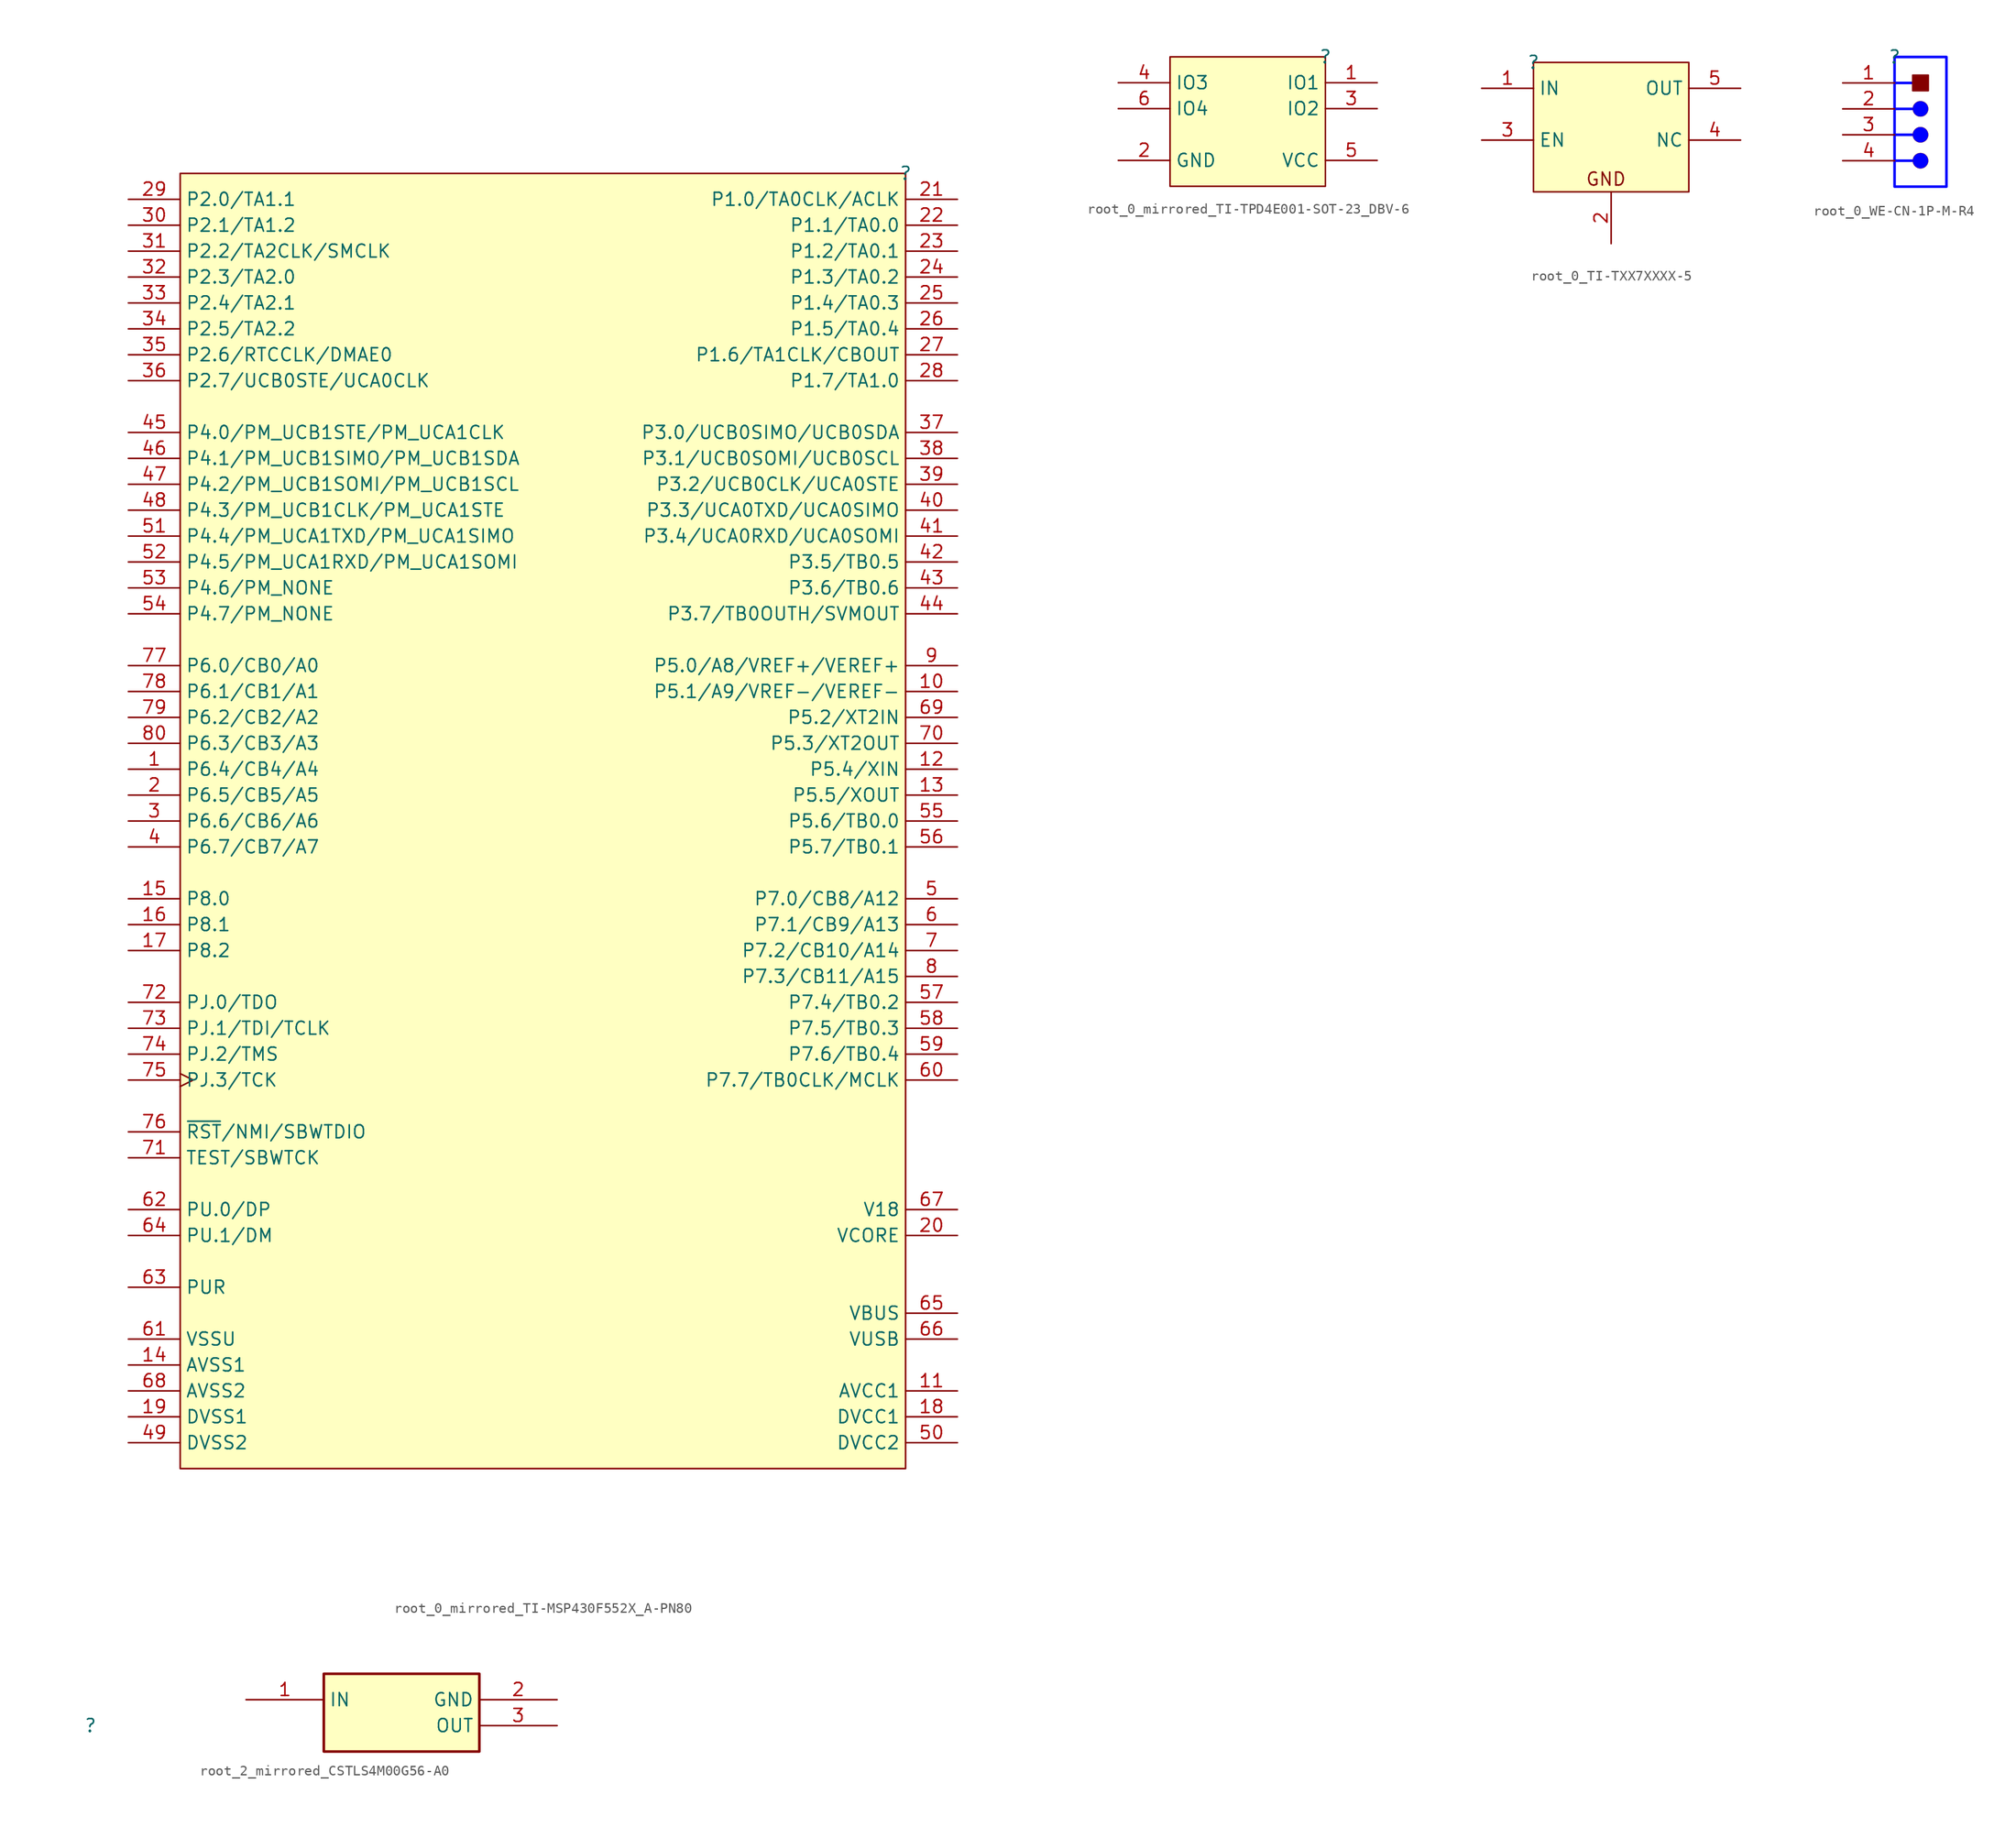
<source format=kicad_sym>
(kicad_symbol_lib
  (version 20220914)
  (generator kicad_symbol_editor)
  (symbol "root_0_mirrored_TI-MSP430F552X_A-PN80"
    (property "Reference" ""
      (at 0 0 0)
      (effects (font (size 1.27 1.27))))
    (property "Value" ""
      (at 0 0 0)
      (effects (font (size 1.27 1.27))))
    (symbol "root_0_mirrored_TI-MSP430F552X_A-PN80_1_0"
      (rectangle (start 0 0) (end -71.12 -127) (stroke (width 0) (type solid)) (fill (type background)))
      (pin bidirectional line (at -76.2 -58.42 0) (length 5.08) (name "P6.4/CB4/A4" (effects (font (size 1.27 1.27)))) (number "1" (effects (font (size 1.27 1.27)))))
      (pin bidirectional line (at 5.08 -50.8 180) (length 5.08) (name "P5.1/A9/VREF-/VEREF-" (effects (font (size 1.27 1.27)))) (number "10" (effects (font (size 1.27 1.27)))))
      (pin power_in line (at 5.08 -119.38 180) (length 5.08) (name "AVCC1" (effects (font (size 1.27 1.27)))) (number "11" (effects (font (size 1.27 1.27)))))
      (pin bidirectional line (at 5.08 -58.42 180) (length 5.08) (name "P5.4/XIN" (effects (font (size 1.27 1.27)))) (number "12" (effects (font (size 1.27 1.27)))))
      (pin bidirectional line (at 5.08 -60.96 180) (length 5.08) (name "P5.5/XOUT" (effects (font (size 1.27 1.27)))) (number "13" (effects (font (size 1.27 1.27)))))
      (pin power_in line (at -76.2 -116.84 0) (length 5.08) (name "AVSS1" (effects (font (size 1.27 1.27)))) (number "14" (effects (font (size 1.27 1.27)))))
      (pin bidirectional line (at -76.2 -71.12 0) (length 5.08) (name "P8.0" (effects (font (size 1.27 1.27)))) (number "15" (effects (font (size 1.27 1.27)))))
      (pin bidirectional line (at -76.2 -73.66 0) (length 5.08) (name "P8.1" (effects (font (size 1.27 1.27)))) (number "16" (effects (font (size 1.27 1.27)))))
      (pin bidirectional line (at -76.2 -76.2 0) (length 5.08) (name "P8.2" (effects (font (size 1.27 1.27)))) (number "17" (effects (font (size 1.27 1.27)))))
      (pin power_in line (at 5.08 -121.92 180) (length 5.08) (name "DVCC1" (effects (font (size 1.27 1.27)))) (number "18" (effects (font (size 1.27 1.27)))))
      (pin power_in line (at -76.2 -121.92 0) (length 5.08) (name "DVSS1" (effects (font (size 1.27 1.27)))) (number "19" (effects (font (size 1.27 1.27)))))
      (pin bidirectional line (at -76.2 -60.96 0) (length 5.08) (name "P6.5/CB5/A5" (effects (font (size 1.27 1.27)))) (number "2" (effects (font (size 1.27 1.27)))))
      (pin passive line (at 5.08 -104.14 180) (length 5.08) (name "VCORE" (effects (font (size 1.27 1.27)))) (number "20" (effects (font (size 1.27 1.27)))))
      (pin bidirectional line (at 5.08 -2.54 180) (length 5.08) (name "P1.0/TA0CLK/ACLK" (effects (font (size 1.27 1.27)))) (number "21" (effects (font (size 1.27 1.27)))))
      (pin bidirectional line (at 5.08 -5.08 180) (length 5.08) (name "P1.1/TA0.0" (effects (font (size 1.27 1.27)))) (number "22" (effects (font (size 1.27 1.27)))))
      (pin bidirectional line (at 5.08 -7.62 180) (length 5.08) (name "P1.2/TA0.1" (effects (font (size 1.27 1.27)))) (number "23" (effects (font (size 1.27 1.27)))))
      (pin bidirectional line (at 5.08 -10.16 180) (length 5.08) (name "P1.3/TA0.2" (effects (font (size 1.27 1.27)))) (number "24" (effects (font (size 1.27 1.27)))))
      (pin bidirectional line (at 5.08 -12.7 180) (length 5.08) (name "P1.4/TA0.3" (effects (font (size 1.27 1.27)))) (number "25" (effects (font (size 1.27 1.27)))))
      (pin bidirectional line (at 5.08 -15.24 180) (length 5.08) (name "P1.5/TA0.4" (effects (font (size 1.27 1.27)))) (number "26" (effects (font (size 1.27 1.27)))))
      (pin bidirectional line (at 5.08 -17.78 180) (length 5.08) (name "P1.6/TA1CLK/CBOUT" (effects (font (size 1.27 1.27)))) (number "27" (effects (font (size 1.27 1.27)))))
      (pin bidirectional line (at 5.08 -20.32 180) (length 5.08) (name "P1.7/TA1.0" (effects (font (size 1.27 1.27)))) (number "28" (effects (font (size 1.27 1.27)))))
      (pin bidirectional line (at -76.2 -2.54 0) (length 5.08) (name "P2.0/TA1.1" (effects (font (size 1.27 1.27)))) (number "29" (effects (font (size 1.27 1.27)))))
      (pin bidirectional line (at -76.2 -63.5 0) (length 5.08) (name "P6.6/CB6/A6" (effects (font (size 1.27 1.27)))) (number "3" (effects (font (size 1.27 1.27)))))
      (pin bidirectional line (at -76.2 -5.08 0) (length 5.08) (name "P2.1/TA1.2" (effects (font (size 1.27 1.27)))) (number "30" (effects (font (size 1.27 1.27)))))
      (pin bidirectional line (at -76.2 -7.62 0) (length 5.08) (name "P2.2/TA2CLK/SMCLK" (effects (font (size 1.27 1.27)))) (number "31" (effects (font (size 1.27 1.27)))))
      (pin bidirectional line (at -76.2 -10.16 0) (length 5.08) (name "P2.3/TA2.0" (effects (font (size 1.27 1.27)))) (number "32" (effects (font (size 1.27 1.27)))))
      (pin bidirectional line (at -76.2 -12.7 0) (length 5.08) (name "P2.4/TA2.1" (effects (font (size 1.27 1.27)))) (number "33" (effects (font (size 1.27 1.27)))))
      (pin bidirectional line (at -76.2 -15.24 0) (length 5.08) (name "P2.5/TA2.2" (effects (font (size 1.27 1.27)))) (number "34" (effects (font (size 1.27 1.27)))))
      (pin bidirectional line (at -76.2 -17.78 0) (length 5.08) (name "P2.6/RTCCLK/DMAE0" (effects (font (size 1.27 1.27)))) (number "35" (effects (font (size 1.27 1.27)))))
      (pin bidirectional line (at -76.2 -20.32 0) (length 5.08) (name "P2.7/UCB0STE/UCA0CLK" (effects (font (size 1.27 1.27)))) (number "36" (effects (font (size 1.27 1.27)))))
      (pin bidirectional line (at 5.08 -25.4 180) (length 5.08) (name "P3.0/UCB0SIMO/UCB0SDA" (effects (font (size 1.27 1.27)))) (number "37" (effects (font (size 1.27 1.27)))))
      (pin bidirectional line (at 5.08 -27.94 180) (length 5.08) (name "P3.1/UCB0SOMI/UCB0SCL" (effects (font (size 1.27 1.27)))) (number "38" (effects (font (size 1.27 1.27)))))
      (pin bidirectional line (at 5.08 -30.48 180) (length 5.08) (name "P3.2/UCB0CLK/UCA0STE" (effects (font (size 1.27 1.27)))) (number "39" (effects (font (size 1.27 1.27)))))
      (pin bidirectional line (at -76.2 -66.04 0) (length 5.08) (name "P6.7/CB7/A7" (effects (font (size 1.27 1.27)))) (number "4" (effects (font (size 1.27 1.27)))))
      (pin bidirectional line (at 5.08 -33.02 180) (length 5.08) (name "P3.3/UCA0TXD/UCA0SIMO" (effects (font (size 1.27 1.27)))) (number "40" (effects (font (size 1.27 1.27)))))
      (pin bidirectional line (at 5.08 -35.56 180) (length 5.08) (name "P3.4/UCA0RXD/UCA0SOMI" (effects (font (size 1.27 1.27)))) (number "41" (effects (font (size 1.27 1.27)))))
      (pin bidirectional line (at 5.08 -38.1 180) (length 5.08) (name "P3.5/TB0.5" (effects (font (size 1.27 1.27)))) (number "42" (effects (font (size 1.27 1.27)))))
      (pin bidirectional line (at 5.08 -40.64 180) (length 5.08) (name "P3.6/TB0.6" (effects (font (size 1.27 1.27)))) (number "43" (effects (font (size 1.27 1.27)))))
      (pin bidirectional line (at 5.08 -43.18 180) (length 5.08) (name "P3.7/TB0OUTH/SVMOUT" (effects (font (size 1.27 1.27)))) (number "44" (effects (font (size 1.27 1.27)))))
      (pin bidirectional line (at -76.2 -25.4 0) (length 5.08) (name "P4.0/PM_UCB1STE/PM_UCA1CLK" (effects (font (size 1.27 1.27)))) (number "45" (effects (font (size 1.27 1.27)))))
      (pin bidirectional line (at -76.2 -27.94 0) (length 5.08) (name "P4.1/PM_UCB1SIMO/PM_UCB1SDA" (effects (font (size 1.27 1.27)))) (number "46" (effects (font (size 1.27 1.27)))))
      (pin bidirectional line (at -76.2 -30.48 0) (length 5.08) (name "P4.2/PM_UCB1SOMI/PM_UCB1SCL" (effects (font (size 1.27 1.27)))) (number "47" (effects (font (size 1.27 1.27)))))
      (pin bidirectional line (at -76.2 -33.02 0) (length 5.08) (name "P4.3/PM_UCB1CLK/PM_UCA1STE" (effects (font (size 1.27 1.27)))) (number "48" (effects (font (size 1.27 1.27)))))
      (pin power_in line (at -76.2 -124.46 0) (length 5.08) (name "DVSS2" (effects (font (size 1.27 1.27)))) (number "49" (effects (font (size 1.27 1.27)))))
      (pin bidirectional line (at 5.08 -71.12 180) (length 5.08) (name "P7.0/CB8/A12" (effects (font (size 1.27 1.27)))) (number "5" (effects (font (size 1.27 1.27)))))
      (pin power_in line (at 5.08 -124.46 180) (length 5.08) (name "DVCC2" (effects (font (size 1.27 1.27)))) (number "50" (effects (font (size 1.27 1.27)))))
      (pin bidirectional line (at -76.2 -35.56 0) (length 5.08) (name "P4.4/PM_UCA1TXD/PM_UCA1SIMO" (effects (font (size 1.27 1.27)))) (number "51" (effects (font (size 1.27 1.27)))))
      (pin bidirectional line (at -76.2 -38.1 0) (length 5.08) (name "P4.5/PM_UCA1RXD/PM_UCA1SOMI" (effects (font (size 1.27 1.27)))) (number "52" (effects (font (size 1.27 1.27)))))
      (pin bidirectional line (at -76.2 -40.64 0) (length 5.08) (name "P4.6/PM_NONE" (effects (font (size 1.27 1.27)))) (number "53" (effects (font (size 1.27 1.27)))))
      (pin bidirectional line (at -76.2 -43.18 0) (length 5.08) (name "P4.7/PM_NONE" (effects (font (size 1.27 1.27)))) (number "54" (effects (font (size 1.27 1.27)))))
      (pin bidirectional line (at 5.08 -63.5 180) (length 5.08) (name "P5.6/TB0.0" (effects (font (size 1.27 1.27)))) (number "55" (effects (font (size 1.27 1.27)))))
      (pin bidirectional line (at 5.08 -66.04 180) (length 5.08) (name "P5.7/TB0.1" (effects (font (size 1.27 1.27)))) (number "56" (effects (font (size 1.27 1.27)))))
      (pin bidirectional line (at 5.08 -81.28 180) (length 5.08) (name "P7.4/TB0.2" (effects (font (size 1.27 1.27)))) (number "57" (effects (font (size 1.27 1.27)))))
      (pin bidirectional line (at 5.08 -83.82 180) (length 5.08) (name "P7.5/TB0.3" (effects (font (size 1.27 1.27)))) (number "58" (effects (font (size 1.27 1.27)))))
      (pin bidirectional line (at 5.08 -86.36 180) (length 5.08) (name "P7.6/TB0.4" (effects (font (size 1.27 1.27)))) (number "59" (effects (font (size 1.27 1.27)))))
      (pin bidirectional line (at 5.08 -73.66 180) (length 5.08) (name "P7.1/CB9/A13" (effects (font (size 1.27 1.27)))) (number "6" (effects (font (size 1.27 1.27)))))
      (pin bidirectional line (at 5.08 -88.9 180) (length 5.08) (name "P7.7/TB0CLK/MCLK" (effects (font (size 1.27 1.27)))) (number "60" (effects (font (size 1.27 1.27)))))
      (pin power_in line (at -76.2 -114.3 0) (length 5.08) (name "VSSU" (effects (font (size 1.27 1.27)))) (number "61" (effects (font (size 1.27 1.27)))))
      (pin bidirectional line (at -76.2 -101.6 0) (length 5.08) (name "PU.0/DP" (effects (font (size 1.27 1.27)))) (number "62" (effects (font (size 1.27 1.27)))))
      (pin passive line (at -76.2 -109.22 0) (length 5.08) (name "PUR" (effects (font (size 1.27 1.27)))) (number "63" (effects (font (size 1.27 1.27)))))
      (pin bidirectional line (at -76.2 -104.14 0) (length 5.08) (name "PU.1/DM" (effects (font (size 1.27 1.27)))) (number "64" (effects (font (size 1.27 1.27)))))
      (pin power_in line (at 5.08 -111.76 180) (length 5.08) (name "VBUS" (effects (font (size 1.27 1.27)))) (number "65" (effects (font (size 1.27 1.27)))))
      (pin power_in line (at 5.08 -114.3 180) (length 5.08) (name "VUSB" (effects (font (size 1.27 1.27)))) (number "66" (effects (font (size 1.27 1.27)))))
      (pin passive line (at 5.08 -101.6 180) (length 5.08) (name "V18" (effects (font (size 1.27 1.27)))) (number "67" (effects (font (size 1.27 1.27)))))
      (pin power_in line (at -76.2 -119.38 0) (length 5.08) (name "AVSS2" (effects (font (size 1.27 1.27)))) (number "68" (effects (font (size 1.27 1.27)))))
      (pin bidirectional line (at 5.08 -53.34 180) (length 5.08) (name "P5.2/XT2IN" (effects (font (size 1.27 1.27)))) (number "69" (effects (font (size 1.27 1.27)))))
      (pin bidirectional line (at 5.08 -76.2 180) (length 5.08) (name "P7.2/CB10/A14" (effects (font (size 1.27 1.27)))) (number "7" (effects (font (size 1.27 1.27)))))
      (pin bidirectional line (at 5.08 -55.88 180) (length 5.08) (name "P5.3/XT2OUT" (effects (font (size 1.27 1.27)))) (number "70" (effects (font (size 1.27 1.27)))))
      (pin input line (at -76.2 -96.52 0) (length 5.08) (name "TEST/SBWTCK" (effects (font (size 1.27 1.27)))) (number "71" (effects (font (size 1.27 1.27)))))
      (pin bidirectional line (at -76.2 -81.28 0) (length 5.08) (name "PJ.0/TDO" (effects (font (size 1.27 1.27)))) (number "72" (effects (font (size 1.27 1.27)))))
      (pin bidirectional line (at -76.2 -83.82 0) (length 5.08) (name "PJ.1/TDI/TCLK" (effects (font (size 1.27 1.27)))) (number "73" (effects (font (size 1.27 1.27)))))
      (pin bidirectional line (at -76.2 -86.36 0) (length 5.08) (name "PJ.2/TMS" (effects (font (size 1.27 1.27)))) (number "74" (effects (font (size 1.27 1.27)))))
      (pin bidirectional clock (at -76.2 -88.9 0) (length 5.08) (name "PJ.3/TCK" (effects (font (size 1.27 1.27)))) (number "75" (effects (font (size 1.27 1.27)))))
      (pin bidirectional line (at -76.2 -93.98 0) (length 5.08) (name "~{RST}/NMI/SBWTDIO" (effects (font (size 1.27 1.27)))) (number "76" (effects (font (size 1.27 1.27)))))
      (pin bidirectional line (at -76.2 -48.26 0) (length 5.08) (name "P6.0/CB0/A0" (effects (font (size 1.27 1.27)))) (number "77" (effects (font (size 1.27 1.27)))))
      (pin bidirectional line (at -76.2 -50.8 0) (length 5.08) (name "P6.1/CB1/A1" (effects (font (size 1.27 1.27)))) (number "78" (effects (font (size 1.27 1.27)))))
      (pin bidirectional line (at -76.2 -53.34 0) (length 5.08) (name "P6.2/CB2/A2" (effects (font (size 1.27 1.27)))) (number "79" (effects (font (size 1.27 1.27)))))
      (pin bidirectional line (at 5.08 -78.74 180) (length 5.08) (name "P7.3/CB11/A15" (effects (font (size 1.27 1.27)))) (number "8" (effects (font (size 1.27 1.27)))))
      (pin bidirectional line (at -76.2 -55.88 0) (length 5.08) (name "P6.3/CB3/A3" (effects (font (size 1.27 1.27)))) (number "80" (effects (font (size 1.27 1.27)))))
      (pin bidirectional line (at 5.08 -48.26 180) (length 5.08) (name "P5.0/A8/VREF+/VEREF+" (effects (font (size 1.27 1.27)))) (number "9" (effects (font (size 1.27 1.27)))))))
  (symbol "root_0_mirrored_TI-TPD4E001-SOT-23_DBV-6"
    (property "Reference" ""
      (at 0 0 0)
      (effects (font (size 1.27 1.27))))
    (property "Value" ""
      (at 0 0 0)
      (effects (font (size 1.27 1.27))))
    (symbol "root_0_mirrored_TI-TPD4E001-SOT-23_DBV-6_1_0"
      (rectangle (start 0 0) (end -15.24 -12.7) (stroke (width 0) (type solid)) (fill (type background)))
      (pin passive line (at 5.08 -2.54 180) (length 5.08) (name "IO1" (effects (font (size 1.27 1.27)))) (number "1" (effects (font (size 1.27 1.27)))))
      (pin power_in line (at -20.32 -10.16 0) (length 5.08) (name "GND" (effects (font (size 1.27 1.27)))) (number "2" (effects (font (size 1.27 1.27)))))
      (pin passive line (at 5.08 -5.08 180) (length 5.08) (name "IO2" (effects (font (size 1.27 1.27)))) (number "3" (effects (font (size 1.27 1.27)))))
      (pin passive line (at -20.32 -2.54 0) (length 5.08) (name "IO3" (effects (font (size 1.27 1.27)))) (number "4" (effects (font (size 1.27 1.27)))))
      (pin power_in line (at 5.08 -10.16 180) (length 5.08) (name "VCC" (effects (font (size 1.27 1.27)))) (number "5" (effects (font (size 1.27 1.27)))))
      (pin passive line (at -20.32 -5.08 0) (length 5.08) (name "IO4" (effects (font (size 1.27 1.27)))) (number "6" (effects (font (size 1.27 1.27)))))))
  (symbol "root_0_TI-TXX7XXXX-5"
    (property "Reference" ""
      (at 0 0 0)
      (effects (font (size 1.27 1.27))))
    (property "Value" ""
      (at 0 0 0)
      (effects (font (size 1.27 1.27))))
    (symbol "root_0_TI-TXX7XXXX-5_1_0"
      (rectangle (start 15.24 0) (end 0 -12.7) (stroke (width 0) (type solid)) (fill (type background)))
      (text "GND" (at 5.08 -12.192 0) (effects (font (size 1.27 1.27)) (justify left bottom)))
      (pin power_in line (at -5.08 -2.54 0) (length 5.08) (name "IN" (effects (font (size 1.27 1.27)))) (number "1" (effects (font (size 1.27 1.27)))))
      (pin power_in line (at 7.62 -17.78 90) (length 5.08) (name "GND" (effects (font (size 0 0)))) (number "2" (effects (font (size 1.27 1.27)))))
      (pin input line (at -5.08 -7.62 0) (length 5.08) (name "EN" (effects (font (size 1.27 1.27)))) (number "3" (effects (font (size 1.27 1.27)))))
      (pin passive line (at 20.32 -7.62 180) (length 5.08) (name "NC" (effects (font (size 1.27 1.27)))) (number "4" (effects (font (size 1.27 1.27)))))
      (pin power_in line (at 20.32 -2.54 180) (length 5.08) (name "OUT" (effects (font (size 1.27 1.27)))) (number "5" (effects (font (size 1.27 1.27)))))))
  (symbol "root_0_WE-CN-1P-M-R4"
    (property "Reference" ""
      (at 0 0 0)
      (effects (font (size 1.27 1.27))))
    (property "Value" ""
      (at 0 0 0)
      (effects (font (size 1.27 1.27))))
    (symbol "root_0_WE-CN-1P-M-R4_1_0"
      (polyline (pts (xy 0 -10.16) (xy 1.778 -10.16)) (stroke (width 0.254) (type solid) (color 0 0 255 1)) (fill (type none)))
      (polyline (pts (xy 0 -7.62) (xy 1.778 -7.62)) (stroke (width 0.254) (type solid) (color 0 0 255 1)) (fill (type none)))
      (polyline (pts (xy 0 -5.08) (xy 1.778 -5.08)) (stroke (width 0.254) (type solid) (color 0 0 255 1)) (fill (type none)))
      (polyline (pts (xy 0 -2.54) (xy 1.778 -2.54)) (stroke (width 0.254) (type solid) (color 0 0 255 1)) (fill (type none)))
      (polyline (pts (xy 5.08 0) (xy 0 0) (xy 0 -12.7) (xy 5.08 -12.7) (xy 5.08 0)) (stroke (width 0.254) (type solid) (color 0 0 255 1)) (fill (type none)))
      (circle (center 2.54 -10.16) (radius 0.762) (stroke (width 0.0001) (type solid)) (fill (type color) (color 0 0 255 1)))
      (circle (center 2.54 -7.62) (radius 0.762) (stroke (width 0.0001) (type solid)) (fill (type color) (color 0 0 255 1)))
      (circle (center 2.54 -5.08) (radius 0.762) (stroke (width 0.0001) (type solid)) (fill (type color) (color 0 0 255 1)))
      (rectangle (start 3.302 -1.778) (end 1.778 -3.302) (stroke (width 0) (type solid)) (fill (type outline)))
      (pin passive line (at -5.08 -2.54 0) (length 5.08) (name "1" (effects (font (size 0 0)))) (number "1" (effects (font (size 1.27 1.27)))))
      (pin passive line (at -5.08 -5.08 0) (length 5.08) (name "2" (effects (font (size 0 0)))) (number "2" (effects (font (size 1.27 1.27)))))
      (pin passive line (at -5.08 -7.62 0) (length 5.08) (name "3" (effects (font (size 0 0)))) (number "3" (effects (font (size 1.27 1.27)))))
      (pin passive line (at -5.08 -10.16 0) (length 5.08) (name "4" (effects (font (size 0 0)))) (number "4" (effects (font (size 1.27 1.27)))))))
  (symbol "root_2_mirrored_CSTLS4M00G56-A0"
    (property "Reference" ""
      (at 0 0 0)
      (effects (font (size 1.27 1.27))))
    (property "Value" ""
      (at 0 0 0)
      (effects (font (size 1.27 1.27))))
    (symbol "root_2_mirrored_CSTLS4M00G56-A0_1_0"
      (rectangle (start 38.1 5.08) (end 22.86 -2.54) (stroke (width 0.254) (type solid)) (fill (type background)))
      (pin passive line (at 15.24 2.54 0) (length 7.62) (name "IN" (effects (font (size 1.27 1.27)))) (number "1" (effects (font (size 1.27 1.27)))))
      (pin passive line (at 45.72 2.54 180) (length 7.62) (name "GND" (effects (font (size 1.27 1.27)))) (number "2" (effects (font (size 1.27 1.27)))))
      (pin passive line (at 45.72 0 180) (length 7.62) (name "OUT" (effects (font (size 1.27 1.27)))) (number "3" (effects (font (size 1.27 1.27))))))))
</source>
